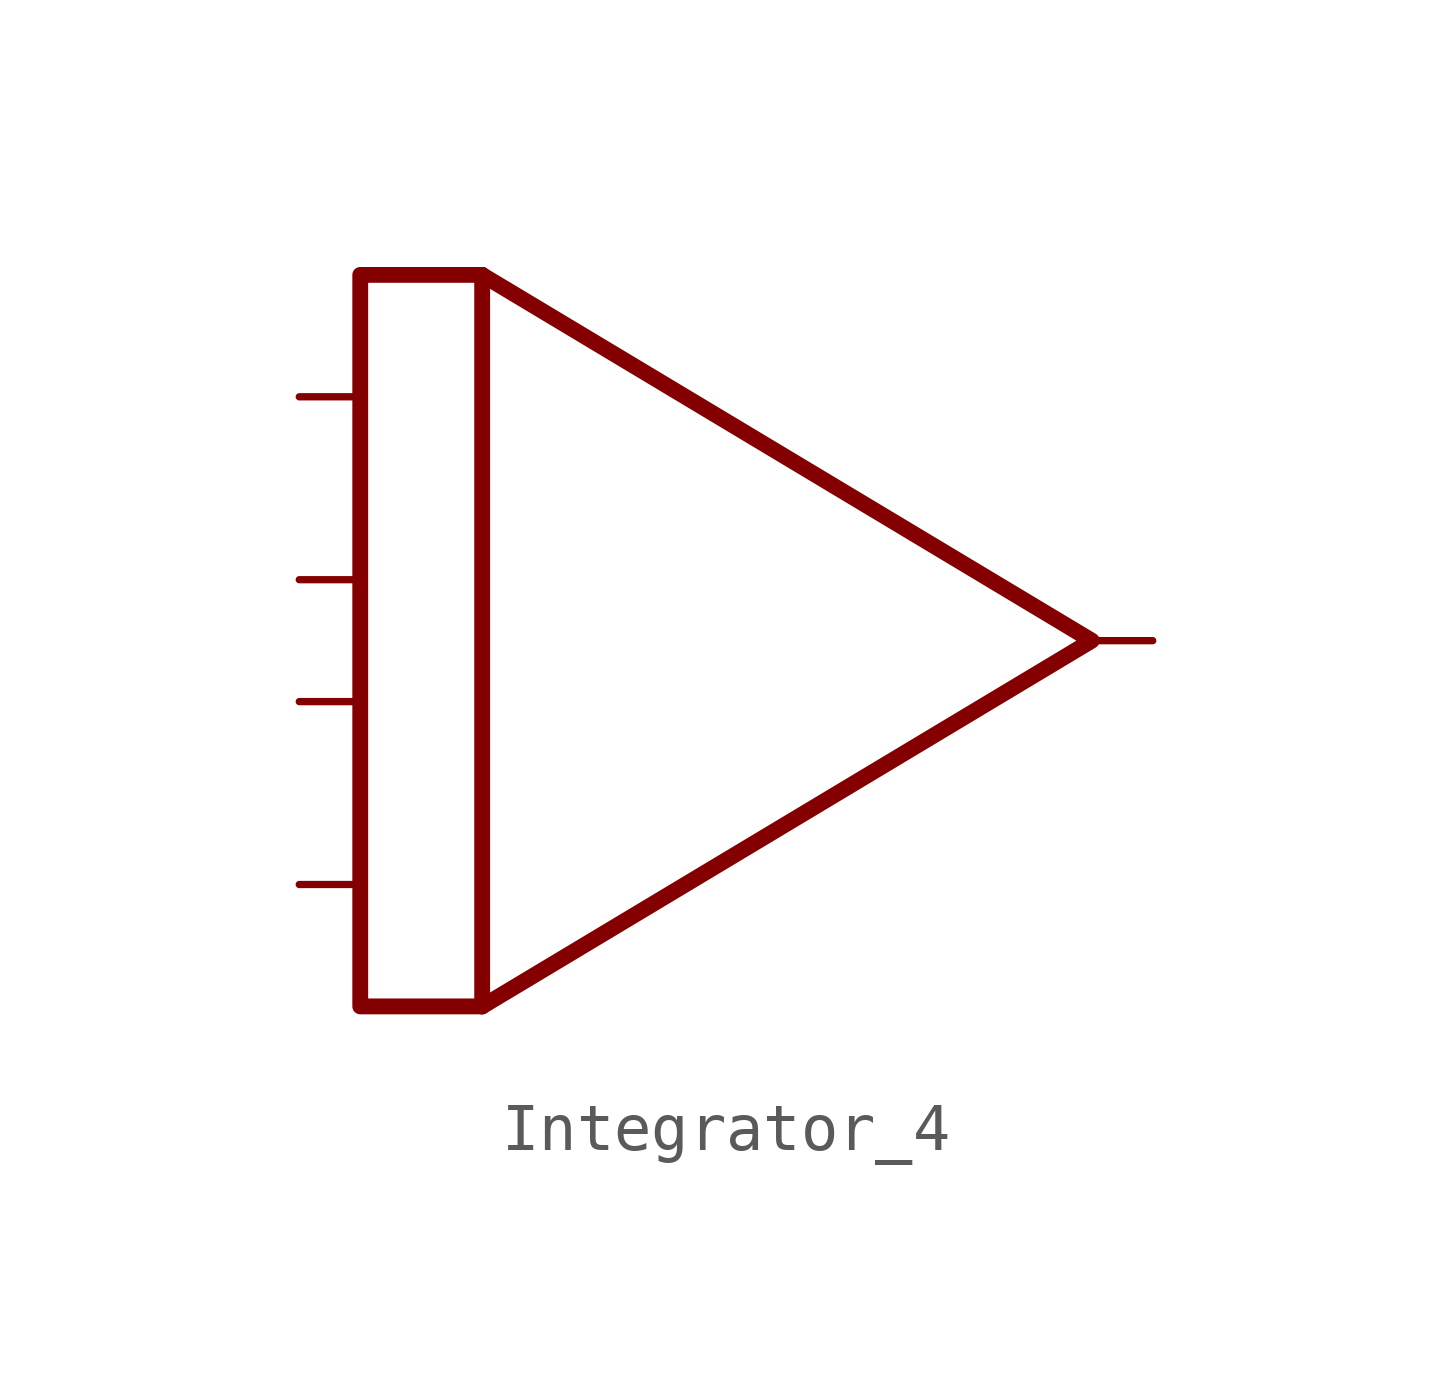
<source format=kicad_sym>
(kicad_symbol_lib
  (version 20211014)
  (generator kicad_symbol_editor)
  (symbol "Integrator_4"
    (property "Reference" "U"
      (at 11.43 10.16 0)
      (effects (font (size 1.27 1.27)) hide))
    (symbol "Integrator_4_0_0"
      (polyline (pts (xy -6.35 7.62) (xy -8.89 7.62) (xy -8.89 -7.62) (xy -6.35 -7.62)) (stroke (width 0.33) (type default) (color 0 0 0 0)) (fill (type none))))
    (symbol "Integrator_4_0_1"
      (polyline (pts (xy -6.35 -7.62) (xy -6.35 7.62)) (stroke (width 0.33) (type default) (color 0 0 0 0)) (fill (type none)))
      (polyline (pts (xy -6.35 7.62) (xy 6.35 0) (xy -6.35 -7.62)) (stroke (width 0.33) (type default) (color 0 0 0 0)) (fill (type none))))
    (symbol "Integrator_4_1_1"
      (pin input line (at -10.16 -5.08 0) (length 1.27) (name "" (effects (font (size 1.27 1.27)))) (number "" (effects (font (size 1.27 1.27)))))
      (pin input line (at -10.16 -1.27 0) (length 1.27) (name "" (effects (font (size 1.27 1.27)))) (number "" (effects (font (size 1.27 1.27)))))
      (pin input line (at -10.16 1.27 0) (length 1.27) (name "" (effects (font (size 1.27 1.27)))) (number "" (effects (font (size 1.27 1.27)))))
      (pin input line (at -10.16 5.08 0) (length 1.27) (name "" (effects (font (size 1.27 1.27)))) (number "" (effects (font (size 1.27 1.27)))))
      (pin output line (at 7.62 0 180) (length 1.27) (name "" (effects (font (size 1.27 1.27)))) (number "" (effects (font (size 1.27 1.27))))))))
</source>
